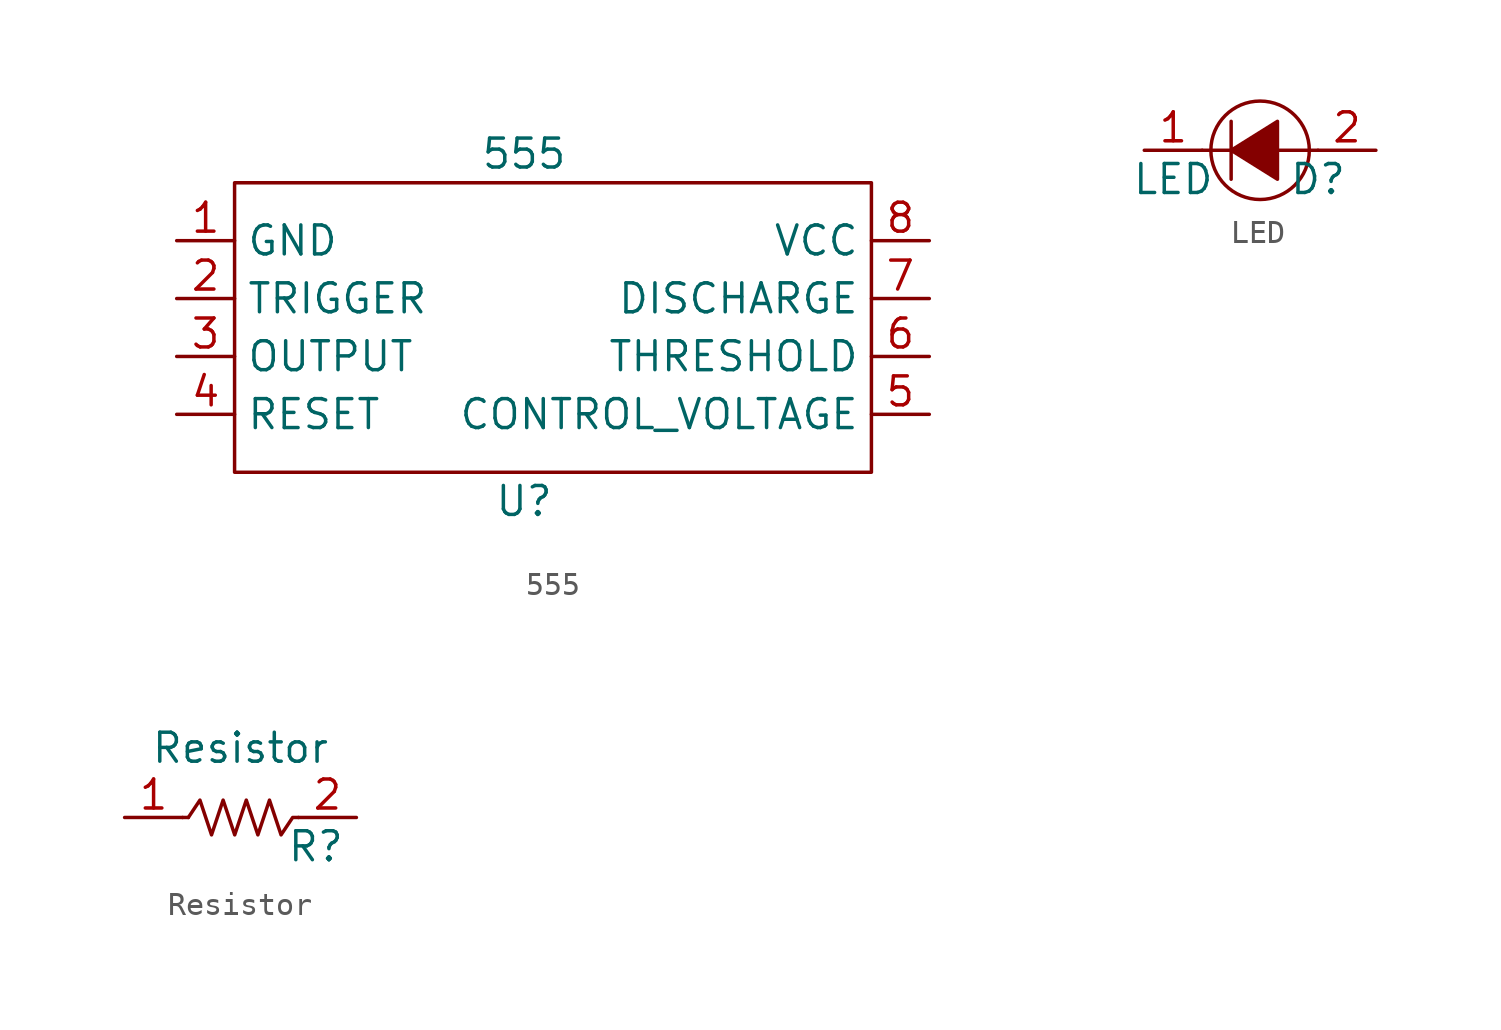
<source format=kicad_sym>
(kicad_symbol_lib
  (version 20211014)
  (generator kicad_symbol_editor)
  (symbol "555"
    (property "Reference" "U"
      (at 0 -6.35 0)
      (effects (font (size 1.27 1.27))))
    (property "Value" "555"
      (at 0 8.89 0)
      (effects (font (size 1.27 1.27))))
    (symbol "555_0_1"
      (rectangle (start -12.7 7.62) (end 15.24 -5.08) (stroke (width 0) (type default) (color 0 0 0 0)) (fill (type none))))
    (symbol "555_1_1"
      (pin input line (at -15.24 5.08 0) (length 2.54) (name "GND" (effects (font (size 1.27 1.27)))) (number "1" (effects (font (size 1.27 1.27)))))
      (pin input line (at -15.24 2.54 0) (length 2.54) (name "TRIGGER" (effects (font (size 1.27 1.27)))) (number "2" (effects (font (size 1.27 1.27)))))
      (pin input line (at -15.24 0 0) (length 2.54) (name "OUTPUT" (effects (font (size 1.27 1.27)))) (number "3" (effects (font (size 1.27 1.27)))))
      (pin input line (at -15.24 -2.54 0) (length 2.54) (name "RESET" (effects (font (size 1.27 1.27)))) (number "4" (effects (font (size 1.27 1.27)))))
      (pin input line (at 17.78 -2.54 180) (length 2.54) (name "CONTROL_VOLTAGE" (effects (font (size 1.27 1.27)))) (number "5" (effects (font (size 1.27 1.27)))))
      (pin input line (at 17.78 0 180) (length 2.54) (name "THRESHOLD" (effects (font (size 1.27 1.27)))) (number "6" (effects (font (size 1.27 1.27)))))
      (pin input line (at 17.78 2.54 180) (length 2.54) (name "DISCHARGE" (effects (font (size 1.27 1.27)))) (number "7" (effects (font (size 1.27 1.27)))))
      (pin input line (at 17.78 5.08 180) (length 2.54) (name "VCC" (effects (font (size 1.27 1.27)))) (number "8" (effects (font (size 1.27 1.27)))))))
  (symbol "LED"
    (property "Reference" "D"
      (at 2.54 -1.27 0)
      (effects (font (size 1.27 1.27))))
    (property "Value" "LED"
      (at -3.81 -1.27 0)
      (effects (font (size 1.27 1.27))))
    (symbol "LED_0_0"
      (polyline (pts (xy -2.54 0) (xy 2.54 0)) (stroke (width 0) (type default) (color 0 0 0 0)) (fill (type none)))
      (polyline (pts (xy -1.27 1.27) (xy -1.27 -1.27)) (stroke (width 0) (type default) (color 0 0 0 0)) (fill (type none)))
      (polyline (pts (xy -1.27 0) (xy 0.762 1.27) (xy 0.762 -1.27) (xy -1.27 0)) (stroke (width 0) (type default) (color 0 0 0 0)) (fill (type outline)))
      (circle (center 0 0) (radius 2.159) (stroke (width 0) (type default) (color 0 0 0 0)) (fill (type none))))
    (symbol "LED_1_1"
      (pin input line (at -5.08 0 0) (length 2.54) (name "" (effects (font (size 1.27 1.27)))) (number "1" (effects (font (size 1.27 1.27)))))
      (pin input line (at 5.08 0 180) (length 2.54) (name "" (effects (font (size 1.27 1.27)))) (number "2" (effects (font (size 1.27 1.27)))))))
  (symbol "Resistor"
    (property "Reference" "R"
      (at 3.302 -1.27 0)
      (effects (font (size 1.27 1.27))))
    (property "Value" "Resistor"
      (at 0 3.048 0)
      (effects (font (size 1.27 1.27))))
    (symbol "Resistor_0_1"
      (polyline (pts (xy -2.286 0) (xy -2.54 0)) (stroke (width 0) (type default) (color 0 0 0 0)) (fill (type none)))
      (polyline (pts (xy -2.286 0) (xy -1.778 0.762) (xy -1.27 -0.762) (xy -0.762 0.762) (xy -0.254 -0.762) (xy 0.254 0.762) (xy 0.762 -0.762) (xy 1.27 0.762) (xy 1.778 -0.762) (xy 2.286 0) (xy 2.54 0)) (stroke (width 0) (type default) (color 0 0 0 0)) (fill (type none))))
    (symbol "Resistor_1_1"
      (pin input line (at -5.08 0 0) (length 2.54) (name "" (effects (font (size 1.27 1.27)))) (number "1" (effects (font (size 1.27 1.27)))))
      (pin input line (at 5.08 0 180) (length 2.54) (name "" (effects (font (size 1.27 1.27)))) (number "2" (effects (font (size 1.27 1.27))))))))
</source>
